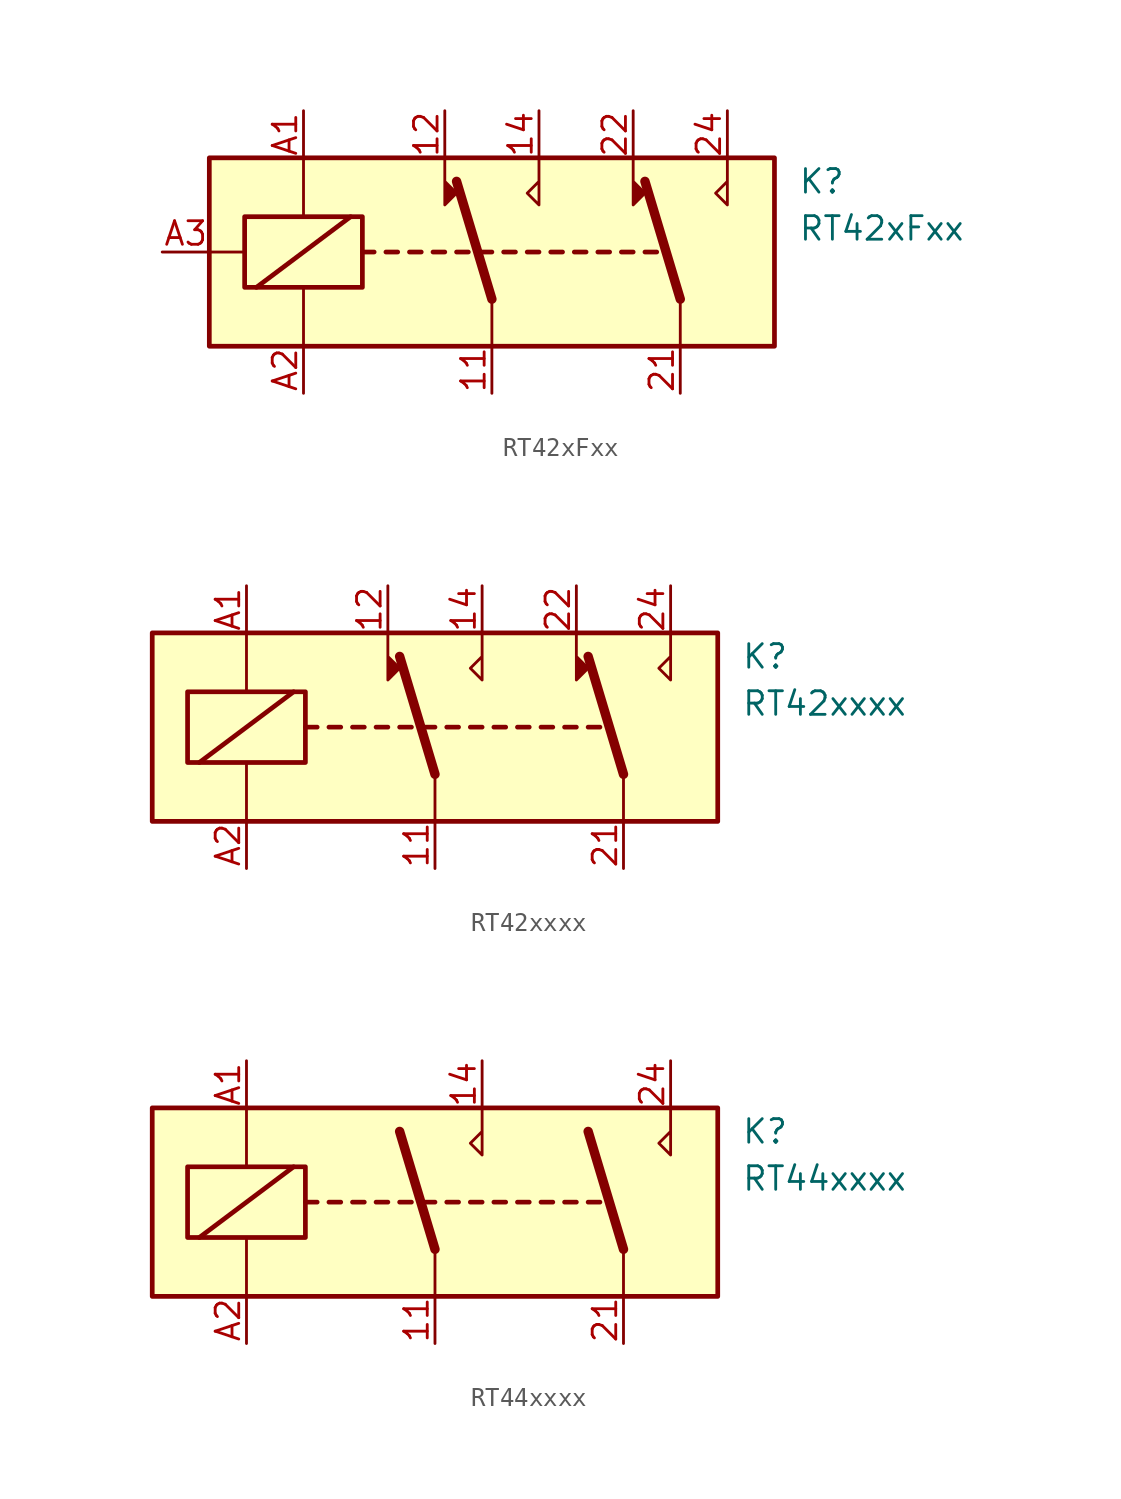
<source format=kicad_sym>
(kicad_symbol_lib
  (version 20231120)
  (generator "kicad_symbol_editor")
  (generator_version "8.0")
  (symbol "RT42xFxx"
    (property "Reference" "K"
      (at 16.51 3.81 0)
      (effects (font (size 1.27 1.27)) (justify left)))
    (property "Value" "RT42xFxx"
      (at 16.51 1.27 0)
      (effects (font (size 1.27 1.27)) (justify left)))
    (symbol "RT42xFxx_0_0"
      (polyline (pts (xy -7.62 1.905) (xy -12.7 -1.905)) (stroke (width 0.254) (type default)) (fill (type none))))
    (symbol "RT42xFxx_0_1"
      (rectangle (start -15.24 0) (end -13.335 0) (stroke (width 0) (type default)) (fill (type none)))
      (rectangle (start -15.24 5.08) (end 15.24 -5.08) (stroke (width 0.254) (type default)) (fill (type background)))
      (rectangle (start -13.335 1.905) (end -6.985 -1.905) (stroke (width 0.254) (type default)) (fill (type none)))
      (polyline (pts (xy -10.16 -5.08) (xy -10.16 -1.905)) (stroke (width 0) (type default)) (fill (type none)))
      (polyline (pts (xy -10.16 5.08) (xy -10.16 1.905)) (stroke (width 0) (type default)) (fill (type none)))
      (polyline (pts (xy -6.985 0) (xy -6.35 0)) (stroke (width 0.254) (type default)) (fill (type none)))
      (polyline (pts (xy -5.715 0) (xy -5.08 0)) (stroke (width 0.254) (type default)) (fill (type none)))
      (polyline (pts (xy -4.445 0) (xy -3.81 0)) (stroke (width 0.254) (type default)) (fill (type none)))
      (polyline (pts (xy -3.175 0) (xy -2.54 0)) (stroke (width 0.254) (type default)) (fill (type none)))
      (polyline (pts (xy -1.905 0) (xy -1.27 0)) (stroke (width 0.254) (type default)) (fill (type none)))
      (polyline (pts (xy -0.635 0) (xy 0 0)) (stroke (width 0.254) (type default)) (fill (type none)))
      (polyline (pts (xy 0 -2.54) (xy -1.905 3.81)) (stroke (width 0.508) (type default)) (fill (type none)))
      (polyline (pts (xy 0 -2.54) (xy 0 -5.08)) (stroke (width 0) (type default)) (fill (type none)))
      (polyline (pts (xy 0.635 0) (xy 1.27 0)) (stroke (width 0.254) (type default)) (fill (type none)))
      (polyline (pts (xy 1.905 0) (xy 2.54 0)) (stroke (width 0.254) (type default)) (fill (type none)))
      (polyline (pts (xy 3.175 0) (xy 3.81 0)) (stroke (width 0.254) (type default)) (fill (type none)))
      (polyline (pts (xy 4.445 0) (xy 5.08 0)) (stroke (width 0.254) (type default)) (fill (type none)))
      (polyline (pts (xy 5.715 0) (xy 6.35 0)) (stroke (width 0.254) (type default)) (fill (type none)))
      (polyline (pts (xy 6.985 0) (xy 7.62 0)) (stroke (width 0.254) (type default)) (fill (type none)))
      (polyline (pts (xy 8.255 0) (xy 8.89 0)) (stroke (width 0.254) (type default)) (fill (type none)))
      (polyline (pts (xy 10.16 -2.54) (xy 8.255 3.81)) (stroke (width 0.508) (type default)) (fill (type none)))
      (polyline (pts (xy 10.16 -2.54) (xy 10.16 -5.08)) (stroke (width 0) (type default)) (fill (type none)))
      (polyline (pts (xy -2.54 5.08) (xy -2.54 2.54) (xy -1.905 3.175) (xy -2.54 3.81)) (stroke (width 0) (type default)) (fill (type outline)))
      (polyline (pts (xy 2.54 5.08) (xy 2.54 2.54) (xy 1.905 3.175) (xy 2.54 3.81)) (stroke (width 0) (type default)) (fill (type none)))
      (polyline (pts (xy 7.62 5.08) (xy 7.62 2.54) (xy 8.255 3.175) (xy 7.62 3.81)) (stroke (width 0) (type default)) (fill (type outline)))
      (polyline (pts (xy 12.7 5.08) (xy 12.7 2.54) (xy 12.065 3.175) (xy 12.7 3.81)) (stroke (width 0) (type default)) (fill (type none))))
    (symbol "RT42xFxx_1_1"
      (pin passive line (at 0 -7.62 90) (length 2.54) (name "~" (effects (font (size 1.27 1.27)))) (number "11" (effects (font (size 1.27 1.27)))))
      (pin passive line (at -2.54 7.62 270) (length 2.54) (name "~" (effects (font (size 1.27 1.27)))) (number "12" (effects (font (size 1.27 1.27)))))
      (pin passive line (at 2.54 7.62 270) (length 2.54) (name "~" (effects (font (size 1.27 1.27)))) (number "14" (effects (font (size 1.27 1.27)))))
      (pin passive line (at 10.16 -7.62 90) (length 2.54) (name "~" (effects (font (size 1.27 1.27)))) (number "21" (effects (font (size 1.27 1.27)))))
      (pin passive line (at 7.62 7.62 270) (length 2.54) (name "~" (effects (font (size 1.27 1.27)))) (number "22" (effects (font (size 1.27 1.27)))))
      (pin passive line (at 12.7 7.62 270) (length 2.54) (name "~" (effects (font (size 1.27 1.27)))) (number "24" (effects (font (size 1.27 1.27)))))
      (pin passive line (at -10.16 7.62 270) (length 2.54) (name "~" (effects (font (size 1.27 1.27)))) (number "A1" (effects (font (size 1.27 1.27)))))
      (pin passive line (at -10.16 -7.62 90) (length 2.54) (name "~" (effects (font (size 1.27 1.27)))) (number "A2" (effects (font (size 1.27 1.27)))))
      (pin passive line (at -17.78 0 0) (length 2.54) (name "~" (effects (font (size 1.27 1.27)))) (number "A3" (effects (font (size 1.27 1.27)))))))
  (symbol "RT42xxxx"
    (property "Reference" "K"
      (at 16.51 3.81 0)
      (effects (font (size 1.27 1.27)) (justify left)))
    (property "Value" "RT42xxxx"
      (at 16.51 1.27 0)
      (effects (font (size 1.27 1.27)) (justify left)))
    (symbol "RT42xxxx_0_1"
      (rectangle (start -15.24 5.08) (end 15.24 -5.08) (stroke (width 0.254) (type default)) (fill (type background)))
      (rectangle (start -13.335 1.905) (end -6.985 -1.905) (stroke (width 0.254) (type default)) (fill (type none)))
      (polyline (pts (xy -12.7 -1.905) (xy -7.62 1.905)) (stroke (width 0.254) (type default)) (fill (type none)))
      (polyline (pts (xy -10.16 -5.08) (xy -10.16 -1.905)) (stroke (width 0) (type default)) (fill (type none)))
      (polyline (pts (xy -10.16 5.08) (xy -10.16 1.905)) (stroke (width 0) (type default)) (fill (type none)))
      (polyline (pts (xy -6.985 0) (xy -6.35 0)) (stroke (width 0.254) (type default)) (fill (type none)))
      (polyline (pts (xy -5.715 0) (xy -5.08 0)) (stroke (width 0.254) (type default)) (fill (type none)))
      (polyline (pts (xy -4.445 0) (xy -3.81 0)) (stroke (width 0.254) (type default)) (fill (type none)))
      (polyline (pts (xy -3.175 0) (xy -2.54 0)) (stroke (width 0.254) (type default)) (fill (type none)))
      (polyline (pts (xy -1.905 0) (xy -1.27 0)) (stroke (width 0.254) (type default)) (fill (type none)))
      (polyline (pts (xy -0.635 0) (xy 0 0)) (stroke (width 0.254) (type default)) (fill (type none)))
      (polyline (pts (xy 0 -2.54) (xy -1.905 3.81)) (stroke (width 0.508) (type default)) (fill (type none)))
      (polyline (pts (xy 0 -2.54) (xy 0 -5.08)) (stroke (width 0) (type default)) (fill (type none)))
      (polyline (pts (xy 0.635 0) (xy 1.27 0)) (stroke (width 0.254) (type default)) (fill (type none)))
      (polyline (pts (xy 1.905 0) (xy 2.54 0)) (stroke (width 0.254) (type default)) (fill (type none)))
      (polyline (pts (xy 3.175 0) (xy 3.81 0)) (stroke (width 0.254) (type default)) (fill (type none)))
      (polyline (pts (xy 4.445 0) (xy 5.08 0)) (stroke (width 0.254) (type default)) (fill (type none)))
      (polyline (pts (xy 5.715 0) (xy 6.35 0)) (stroke (width 0.254) (type default)) (fill (type none)))
      (polyline (pts (xy 6.985 0) (xy 7.62 0)) (stroke (width 0.254) (type default)) (fill (type none)))
      (polyline (pts (xy 8.255 0) (xy 8.89 0)) (stroke (width 0.254) (type default)) (fill (type none)))
      (polyline (pts (xy 10.16 -2.54) (xy 8.255 3.81)) (stroke (width 0.508) (type default)) (fill (type none)))
      (polyline (pts (xy 10.16 -2.54) (xy 10.16 -5.08)) (stroke (width 0) (type default)) (fill (type none)))
      (polyline (pts (xy -2.54 5.08) (xy -2.54 2.54) (xy -1.905 3.175) (xy -2.54 3.81)) (stroke (width 0) (type default)) (fill (type outline)))
      (polyline (pts (xy 2.54 5.08) (xy 2.54 2.54) (xy 1.905 3.175) (xy 2.54 3.81)) (stroke (width 0) (type default)) (fill (type none)))
      (polyline (pts (xy 7.62 5.08) (xy 7.62 2.54) (xy 8.255 3.175) (xy 7.62 3.81)) (stroke (width 0) (type default)) (fill (type outline)))
      (polyline (pts (xy 12.7 5.08) (xy 12.7 2.54) (xy 12.065 3.175) (xy 12.7 3.81)) (stroke (width 0) (type default)) (fill (type none))))
    (symbol "RT42xxxx_1_1"
      (pin passive line (at 0 -7.62 90) (length 2.54) (name "~" (effects (font (size 1.27 1.27)))) (number "11" (effects (font (size 1.27 1.27)))))
      (pin passive line (at -2.54 7.62 270) (length 2.54) (name "~" (effects (font (size 1.27 1.27)))) (number "12" (effects (font (size 1.27 1.27)))))
      (pin passive line (at 2.54 7.62 270) (length 2.54) (name "~" (effects (font (size 1.27 1.27)))) (number "14" (effects (font (size 1.27 1.27)))))
      (pin passive line (at 10.16 -7.62 90) (length 2.54) (name "~" (effects (font (size 1.27 1.27)))) (number "21" (effects (font (size 1.27 1.27)))))
      (pin passive line (at 7.62 7.62 270) (length 2.54) (name "~" (effects (font (size 1.27 1.27)))) (number "22" (effects (font (size 1.27 1.27)))))
      (pin passive line (at 12.7 7.62 270) (length 2.54) (name "~" (effects (font (size 1.27 1.27)))) (number "24" (effects (font (size 1.27 1.27)))))
      (pin passive line (at -10.16 7.62 270) (length 2.54) (name "~" (effects (font (size 1.27 1.27)))) (number "A1" (effects (font (size 1.27 1.27)))))
      (pin passive line (at -10.16 -7.62 90) (length 2.54) (name "~" (effects (font (size 1.27 1.27)))) (number "A2" (effects (font (size 1.27 1.27)))))))
  (symbol "RT44xxxx"
    (property "Reference" "K"
      (at 16.51 3.81 0)
      (effects (font (size 1.27 1.27)) (justify left)))
    (property "Value" "RT44xxxx"
      (at 16.51 1.27 0)
      (effects (font (size 1.27 1.27)) (justify left)))
    (symbol "RT44xxxx_0_1"
      (rectangle (start -15.24 5.08) (end 15.24 -5.08) (stroke (width 0.254) (type default)) (fill (type background)))
      (rectangle (start -13.335 1.905) (end -6.985 -1.905) (stroke (width 0.254) (type default)) (fill (type none)))
      (polyline (pts (xy -12.7 -1.905) (xy -7.62 1.905)) (stroke (width 0.254) (type default)) (fill (type none)))
      (polyline (pts (xy -10.16 -5.08) (xy -10.16 -1.905)) (stroke (width 0) (type default)) (fill (type none)))
      (polyline (pts (xy -10.16 5.08) (xy -10.16 1.905)) (stroke (width 0) (type default)) (fill (type none)))
      (polyline (pts (xy -6.985 0) (xy -6.35 0)) (stroke (width 0.254) (type default)) (fill (type none)))
      (polyline (pts (xy -5.715 0) (xy -5.08 0)) (stroke (width 0.254) (type default)) (fill (type none)))
      (polyline (pts (xy -4.445 0) (xy -3.81 0)) (stroke (width 0.254) (type default)) (fill (type none)))
      (polyline (pts (xy -3.175 0) (xy -2.54 0)) (stroke (width 0.254) (type default)) (fill (type none)))
      (polyline (pts (xy -1.905 0) (xy -1.27 0)) (stroke (width 0.254) (type default)) (fill (type none)))
      (polyline (pts (xy -0.635 0) (xy 0 0)) (stroke (width 0.254) (type default)) (fill (type none)))
      (polyline (pts (xy 0 -2.54) (xy -1.905 3.81)) (stroke (width 0.508) (type default)) (fill (type none)))
      (polyline (pts (xy 0 -2.54) (xy 0 -5.08)) (stroke (width 0) (type default)) (fill (type none)))
      (polyline (pts (xy 0.635 0) (xy 1.27 0)) (stroke (width 0.254) (type default)) (fill (type none)))
      (polyline (pts (xy 1.905 0) (xy 2.54 0)) (stroke (width 0.254) (type default)) (fill (type none)))
      (polyline (pts (xy 3.175 0) (xy 3.81 0)) (stroke (width 0.254) (type default)) (fill (type none)))
      (polyline (pts (xy 4.445 0) (xy 5.08 0)) (stroke (width 0.254) (type default)) (fill (type none)))
      (polyline (pts (xy 5.715 0) (xy 6.35 0)) (stroke (width 0.254) (type default)) (fill (type none)))
      (polyline (pts (xy 6.985 0) (xy 7.62 0)) (stroke (width 0.254) (type default)) (fill (type none)))
      (polyline (pts (xy 8.255 0) (xy 8.89 0)) (stroke (width 0.254) (type default)) (fill (type none)))
      (polyline (pts (xy 10.16 -2.54) (xy 8.255 3.81)) (stroke (width 0.508) (type default)) (fill (type none)))
      (polyline (pts (xy 10.16 -2.54) (xy 10.16 -5.08)) (stroke (width 0) (type default)) (fill (type none)))
      (polyline (pts (xy 2.54 5.08) (xy 2.54 2.54) (xy 1.905 3.175) (xy 2.54 3.81)) (stroke (width 0) (type default)) (fill (type none)))
      (polyline (pts (xy 12.7 5.08) (xy 12.7 2.54) (xy 12.065 3.175) (xy 12.7 3.81)) (stroke (width 0) (type default)) (fill (type none))))
    (symbol "RT44xxxx_1_1"
      (pin passive line (at 0 -7.62 90) (length 2.54) (name "~" (effects (font (size 1.27 1.27)))) (number "11" (effects (font (size 1.27 1.27)))))
      (pin passive line (at 2.54 7.62 270) (length 2.54) (name "~" (effects (font (size 1.27 1.27)))) (number "14" (effects (font (size 1.27 1.27)))))
      (pin passive line (at 10.16 -7.62 90) (length 2.54) (name "~" (effects (font (size 1.27 1.27)))) (number "21" (effects (font (size 1.27 1.27)))))
      (pin passive line (at 12.7 7.62 270) (length 2.54) (name "~" (effects (font (size 1.27 1.27)))) (number "24" (effects (font (size 1.27 1.27)))))
      (pin passive line (at -10.16 7.62 270) (length 2.54) (name "~" (effects (font (size 1.27 1.27)))) (number "A1" (effects (font (size 1.27 1.27)))))
      (pin passive line (at -10.16 -7.62 90) (length 2.54) (name "~" (effects (font (size 1.27 1.27)))) (number "A2" (effects (font (size 1.27 1.27))))))))
</source>
